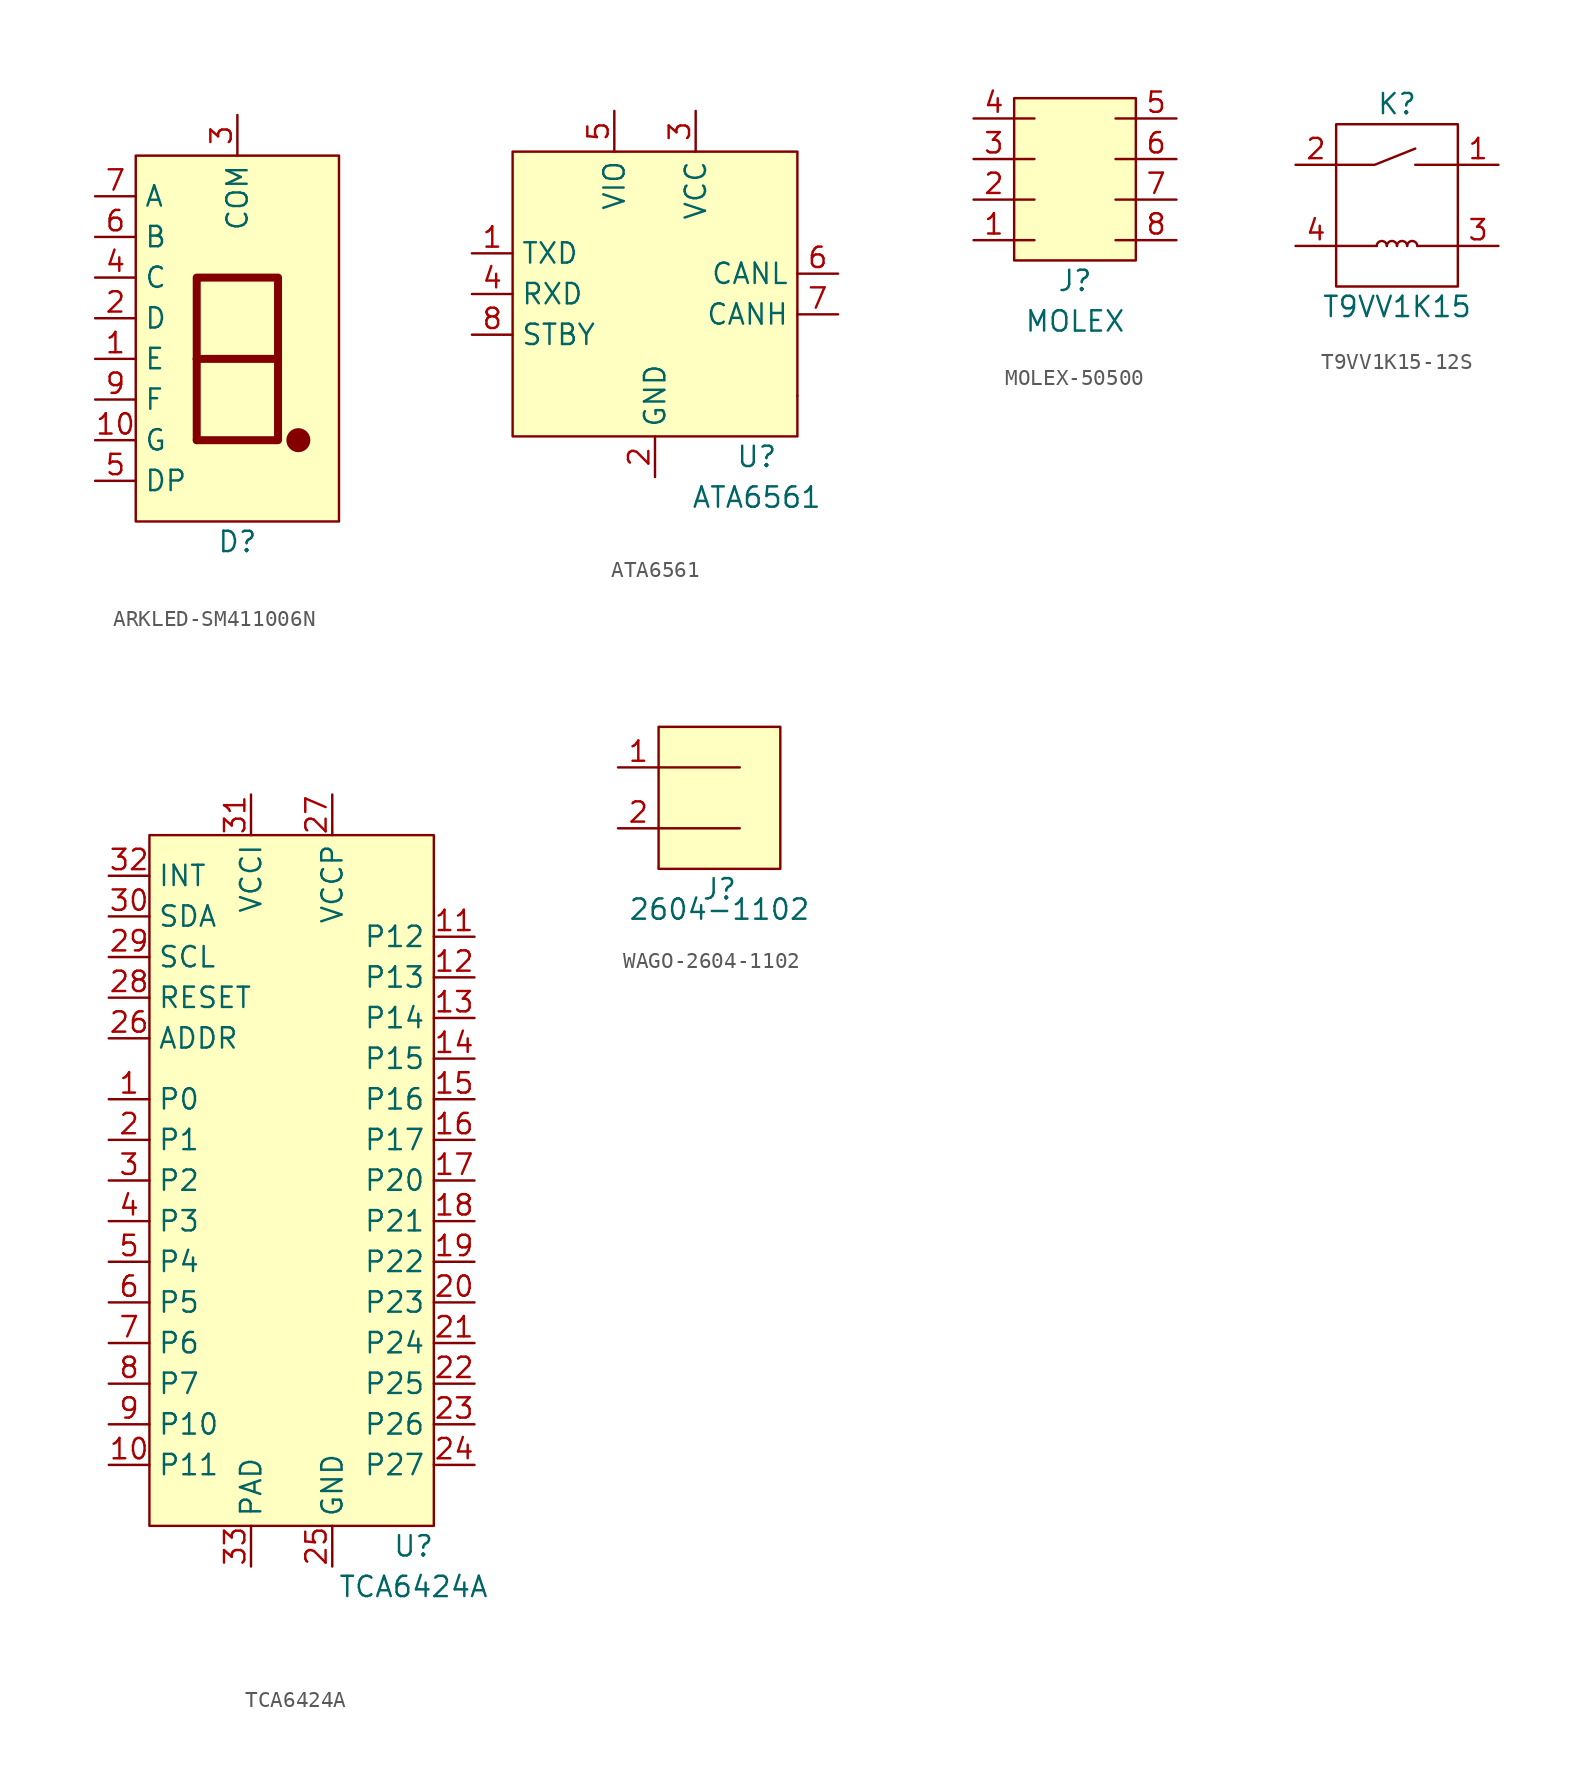
<source format=kicad_sym>
(kicad_symbol_lib
  (version 20220914)
  (generator kicad_symbol_editor)
  (symbol "ARKLED-SM411006N"
    (property "Reference" "D"
      (at 0 0 0)
      (effects (font (size 1.27 1.27))))
    (property "Value" ""
      (at 0 0 0)
      (effects (font (size 1.27 1.27))))
    (symbol "ARKLED-SM411006N_1_1"
      (rectangle (start -6.35 24.13) (end 6.35 1.27) (stroke (width 0) (type default)) (fill (type background)))
      (polyline (pts (xy -2.54 11.43) (xy -2.54 6.35)) (stroke (width 0.5) (type default)) (fill (type none)))
      (polyline (pts (xy -2.54 11.43) (xy 2.54 11.43)) (stroke (width 0.5) (type default)) (fill (type none)))
      (polyline (pts (xy -2.54 6.35) (xy 2.54 6.35) (xy 2.54 11.43)) (stroke (width 0.5) (type default)) (fill (type none)))
      (polyline (pts (xy -2.54 11.43) (xy -2.54 16.51) (xy 2.54 16.51) (xy 2.54 11.43)) (stroke (width 0.5) (type default)) (fill (type none)))
      (circle (center 3.81 6.35) (radius 0.0001) (stroke (width 0.75) (type default)) (fill (type none)))
      (pin input line (at -8.89 11.43 0) (length 2.54) (name "E" (effects (font (size 1.27 1.27)))) (number "1" (effects (font (size 1.27 1.27)))))
      (pin input line (at -8.89 6.35 0) (length 2.54) (name "G" (effects (font (size 1.27 1.27)))) (number "10" (effects (font (size 1.27 1.27)))))
      (pin input line (at -8.89 13.97 0) (length 2.54) (name "D" (effects (font (size 1.27 1.27)))) (number "2" (effects (font (size 1.27 1.27)))))
      (pin power_in line (at 0 26.67 270) (length 2.54) (name "COM" (effects (font (size 1.27 1.27)))) (number "3" (effects (font (size 1.27 1.27)))))
      (pin input line (at -8.89 16.51 0) (length 2.54) (name "C" (effects (font (size 1.27 1.27)))) (number "4" (effects (font (size 1.27 1.27)))))
      (pin input line (at -8.89 3.81 0) (length 2.54) (name "DP" (effects (font (size 1.27 1.27)))) (number "5" (effects (font (size 1.27 1.27)))))
      (pin input line (at -8.89 19.05 0) (length 2.54) (name "B" (effects (font (size 1.27 1.27)))) (number "6" (effects (font (size 1.27 1.27)))))
      (pin input line (at -8.89 21.59 0) (length 2.54) (name "A" (effects (font (size 1.27 1.27)))) (number "7" (effects (font (size 1.27 1.27)))))
      (pin input line (at -8.89 8.89 0) (length 2.54) (name "F" (effects (font (size 1.27 1.27)))) (number "9" (effects (font (size 1.27 1.27)))))))
  (symbol "ATA6561"
    (property "Reference" "U"
      (at 6.35 3.81 0)
      (effects (font (size 1.27 1.27))))
    (property "Value" "ATA6561"
      (at 6.35 1.27 0)
      (effects (font (size 1.27 1.27))))
    (symbol "ATA6561_0_1"
      (rectangle (start 8.89 7.62) (end 8.89 7.62) (stroke (width 0) (type default)) (fill (type none))))
    (symbol "ATA6561_1_1"
      (rectangle (start -8.89 22.86) (end 8.89 5.08) (stroke (width 0) (type default)) (fill (type background)))
      (pin input line (at -11.43 16.51 0) (length 2.54) (name "TXD" (effects (font (size 1.27 1.27)))) (number "1" (effects (font (size 1.27 1.27)))))
      (pin power_in line (at 0 2.54 90) (length 2.54) (name "GND" (effects (font (size 1.27 1.27)))) (number "2" (effects (font (size 1.27 1.27)))))
      (pin power_in line (at 2.54 25.4 270) (length 2.54) (name "VCC" (effects (font (size 1.27 1.27)))) (number "3" (effects (font (size 1.27 1.27)))))
      (pin output line (at -11.43 13.97 0) (length 2.54) (name "RXD" (effects (font (size 1.27 1.27)))) (number "4" (effects (font (size 1.27 1.27)))))
      (pin power_in line (at -2.54 25.4 270) (length 2.54) (name "VIO" (effects (font (size 1.27 1.27)))) (number "5" (effects (font (size 1.27 1.27)))))
      (pin output line (at 11.43 15.24 180) (length 2.54) (name "CANL" (effects (font (size 1.27 1.27)))) (number "6" (effects (font (size 1.27 1.27)))))
      (pin output line (at 11.43 12.7 180) (length 2.54) (name "CANH" (effects (font (size 1.27 1.27)))) (number "7" (effects (font (size 1.27 1.27)))))
      (pin input line (at -11.43 11.43 0) (length 2.54) (name "STBY" (effects (font (size 1.27 1.27)))) (number "8" (effects (font (size 1.27 1.27)))))))
  (symbol "MOLEX-50500"
    (property "Reference" "J"
      (at 0 0 0)
      (effects (font (size 1.27 1.27))))
    (property "Value" "MOLEX"
      (at 0 -2.54 0)
      (effects (font (size 1.27 1.27))))
    (symbol "MOLEX-50500_0_1"
      (polyline (pts (xy -3.81 2.54) (xy -2.54 2.54)) (stroke (width 0) (type default)) (fill (type none)))
      (polyline (pts (xy -3.81 5.08) (xy -2.54 5.08)) (stroke (width 0) (type default)) (fill (type none)))
      (polyline (pts (xy -3.81 7.62) (xy -2.54 7.62)) (stroke (width 0) (type default)) (fill (type none)))
      (polyline (pts (xy -3.81 10.16) (xy -2.54 10.16)) (stroke (width 0) (type default)) (fill (type none)))
      (polyline (pts (xy 3.81 2.54) (xy 2.54 2.54)) (stroke (width 0) (type default)) (fill (type none)))
      (polyline (pts (xy 3.81 5.08) (xy 2.54 5.08)) (stroke (width 0) (type default)) (fill (type none)))
      (polyline (pts (xy 3.81 7.62) (xy 2.54 7.62)) (stroke (width 0) (type default)) (fill (type none)))
      (polyline (pts (xy 3.81 10.16) (xy 2.54 10.16)) (stroke (width 0) (type default)) (fill (type none))))
    (symbol "MOLEX-50500_1_1"
      (rectangle (start -3.81 11.43) (end 3.81 1.27) (stroke (width 0) (type default)) (fill (type background)))
      (pin input line (at -6.35 2.54 0) (length 2.54) (name "" (effects (font (size 1.27 1.27)))) (number "1" (effects (font (size 1.27 1.27)))))
      (pin input line (at -6.35 5.08 0) (length 2.54) (name "" (effects (font (size 1.27 1.27)))) (number "2" (effects (font (size 1.27 1.27)))))
      (pin input line (at -6.35 7.62 0) (length 2.54) (name "" (effects (font (size 1.27 1.27)))) (number "3" (effects (font (size 1.27 1.27)))))
      (pin input line (at -6.35 10.16 0) (length 2.54) (name "" (effects (font (size 1.27 1.27)))) (number "4" (effects (font (size 1.27 1.27)))))
      (pin input line (at 6.35 10.16 180) (length 2.54) (name "" (effects (font (size 1.27 1.27)))) (number "5" (effects (font (size 1.27 1.27)))))
      (pin input line (at 6.35 7.62 180) (length 2.54) (name "" (effects (font (size 1.27 1.27)))) (number "6" (effects (font (size 1.27 1.27)))))
      (pin input line (at 6.35 5.08 180) (length 2.54) (name "" (effects (font (size 1.27 1.27)))) (number "7" (effects (font (size 1.27 1.27)))))
      (pin input line (at 6.35 2.54 180) (length 2.54) (name "" (effects (font (size 1.27 1.27)))) (number "8" (effects (font (size 1.27 1.27)))))))
  (symbol "T9VV1K15-12S"
    (property "Reference" "K"
      (at 0 12.7 0)
      (effects (font (size 1.27 1.27))))
    (property "Value" "T9VV1K15"
      (at 0 0 0)
      (effects (font (size 1.27 1.27))))
    (symbol "T9VV1K15-12S_0_1"
      (rectangle (start -3.81 11.43) (end 3.81 1.27) (stroke (width 0) (type default)) (fill (type none)))
      (arc (start -0.635 3.81) (mid -0.9525 4.1196) (end -1.27 3.81) (stroke (width 0) (type default)) (fill (type none)))
      (polyline (pts (xy -3.81 3.81) (xy -1.27 3.81)) (stroke (width 0) (type default)) (fill (type none)))
      (polyline (pts (xy 1.143 8.89) (xy 3.81 8.89)) (stroke (width 0) (type default)) (fill (type none)))
      (polyline (pts (xy 1.27 3.81) (xy 3.81 3.81)) (stroke (width 0) (type default)) (fill (type none)))
      (polyline (pts (xy -3.81 8.89) (xy -1.397 8.89) (xy 1.143 9.906)) (stroke (width 0) (type default)) (fill (type none)))
      (arc (start 0 3.81) (mid -0.3175 4.1196) (end -0.635 3.81) (stroke (width 0) (type default)) (fill (type none)))
      (arc (start 0.635 3.81) (mid 0.3175 4.1196) (end 0 3.81) (stroke (width 0) (type default)) (fill (type none)))
      (arc (start 1.27 3.81) (mid 0.9525 4.1196) (end 0.635 3.81) (stroke (width 0) (type default)) (fill (type none))))
    (symbol "T9VV1K15-12S_1_1"
      (pin output line (at 6.35 8.89 180) (length 2.54) (name "" (effects (font (size 1.27 1.27)))) (number "1" (effects (font (size 1.27 1.27)))))
      (pin output line (at -6.35 8.89 0) (length 2.54) (name "" (effects (font (size 1.27 1.27)))) (number "2" (effects (font (size 1.27 1.27)))))
      (pin input line (at 6.35 3.81 180) (length 2.54) (name "" (effects (font (size 1.27 1.27)))) (number "3" (effects (font (size 1.27 1.27)))))
      (pin input line (at -6.35 3.81 0) (length 2.54) (name "" (effects (font (size 1.27 1.27)))) (number "4" (effects (font (size 1.27 1.27)))))))
  (symbol "TCA6424A"
    (property "Reference" "U"
      (at 7.62 -20.32 0)
      (effects (font (size 1.27 1.27))))
    (property "Value" "TCA6424A"
      (at 7.62 -22.86 0)
      (effects (font (size 1.27 1.27))))
    (symbol "TCA6424A_1_1"
      (rectangle (start -8.89 24.13) (end 8.89 -19.05) (stroke (width 0) (type default)) (fill (type background)))
      (pin bidirectional line (at -11.43 7.62 0) (length 2.54) (name "P0" (effects (font (size 1.27 1.27)))) (number "1" (effects (font (size 1.27 1.27)))))
      (pin bidirectional line (at -11.43 -15.24 0) (length 2.54) (name "P11" (effects (font (size 1.27 1.27)))) (number "10" (effects (font (size 1.27 1.27)))))
      (pin bidirectional line (at 11.43 17.78 180) (length 2.54) (name "P12" (effects (font (size 1.27 1.27)))) (number "11" (effects (font (size 1.27 1.27)))))
      (pin bidirectional line (at 11.43 15.24 180) (length 2.54) (name "P13" (effects (font (size 1.27 1.27)))) (number "12" (effects (font (size 1.27 1.27)))))
      (pin bidirectional line (at 11.43 12.7 180) (length 2.54) (name "P14" (effects (font (size 1.27 1.27)))) (number "13" (effects (font (size 1.27 1.27)))))
      (pin bidirectional line (at 11.43 10.16 180) (length 2.54) (name "P15" (effects (font (size 1.27 1.27)))) (number "14" (effects (font (size 1.27 1.27)))))
      (pin bidirectional line (at 11.43 7.62 180) (length 2.54) (name "P16" (effects (font (size 1.27 1.27)))) (number "15" (effects (font (size 1.27 1.27)))))
      (pin bidirectional line (at 11.43 5.08 180) (length 2.54) (name "P17" (effects (font (size 1.27 1.27)))) (number "16" (effects (font (size 1.27 1.27)))))
      (pin bidirectional line (at 11.43 2.54 180) (length 2.54) (name "P20" (effects (font (size 1.27 1.27)))) (number "17" (effects (font (size 1.27 1.27)))))
      (pin bidirectional line (at 11.43 0 180) (length 2.54) (name "P21" (effects (font (size 1.27 1.27)))) (number "18" (effects (font (size 1.27 1.27)))))
      (pin bidirectional line (at 11.43 -2.54 180) (length 2.54) (name "P22" (effects (font (size 1.27 1.27)))) (number "19" (effects (font (size 1.27 1.27)))))
      (pin bidirectional line (at -11.43 5.08 0) (length 2.54) (name "P1" (effects (font (size 1.27 1.27)))) (number "2" (effects (font (size 1.27 1.27)))))
      (pin bidirectional line (at 11.43 -5.08 180) (length 2.54) (name "P23" (effects (font (size 1.27 1.27)))) (number "20" (effects (font (size 1.27 1.27)))))
      (pin bidirectional line (at 11.43 -7.62 180) (length 2.54) (name "P24" (effects (font (size 1.27 1.27)))) (number "21" (effects (font (size 1.27 1.27)))))
      (pin bidirectional line (at 11.43 -10.16 180) (length 2.54) (name "P25" (effects (font (size 1.27 1.27)))) (number "22" (effects (font (size 1.27 1.27)))))
      (pin bidirectional line (at 11.43 -12.7 180) (length 2.54) (name "P26" (effects (font (size 1.27 1.27)))) (number "23" (effects (font (size 1.27 1.27)))))
      (pin bidirectional line (at 11.43 -15.24 180) (length 2.54) (name "P27" (effects (font (size 1.27 1.27)))) (number "24" (effects (font (size 1.27 1.27)))))
      (pin power_in line (at 2.54 -21.59 90) (length 2.54) (name "GND" (effects (font (size 1.27 1.27)))) (number "25" (effects (font (size 1.27 1.27)))))
      (pin input line (at -11.43 11.43 0) (length 2.54) (name "ADDR" (effects (font (size 1.27 1.27)))) (number "26" (effects (font (size 1.27 1.27)))))
      (pin power_in line (at 2.54 26.67 270) (length 2.54) (name "VCCP" (effects (font (size 1.27 1.27)))) (number "27" (effects (font (size 1.27 1.27)))))
      (pin input line (at -11.43 13.97 0) (length 2.54) (name "RESET" (effects (font (size 1.27 1.27)))) (number "28" (effects (font (size 1.27 1.27)))))
      (pin input line (at -11.43 16.51 0) (length 2.54) (name "SCL" (effects (font (size 1.27 1.27)))) (number "29" (effects (font (size 1.27 1.27)))))
      (pin bidirectional line (at -11.43 2.54 0) (length 2.54) (name "P2" (effects (font (size 1.27 1.27)))) (number "3" (effects (font (size 1.27 1.27)))))
      (pin bidirectional line (at -11.43 19.05 0) (length 2.54) (name "SDA" (effects (font (size 1.27 1.27)))) (number "30" (effects (font (size 1.27 1.27)))))
      (pin power_in line (at -2.54 26.67 270) (length 2.54) (name "VCCI" (effects (font (size 1.27 1.27)))) (number "31" (effects (font (size 1.27 1.27)))))
      (pin output line (at -11.43 21.59 0) (length 2.54) (name "INT" (effects (font (size 1.27 1.27)))) (number "32" (effects (font (size 1.27 1.27)))))
      (pin power_in line (at -2.54 -21.59 90) (length 2.54) (name "PAD" (effects (font (size 1.27 1.27)))) (number "33" (effects (font (size 1.27 1.27)))))
      (pin bidirectional line (at -11.43 0 0) (length 2.54) (name "P3" (effects (font (size 1.27 1.27)))) (number "4" (effects (font (size 1.27 1.27)))))
      (pin bidirectional line (at -11.43 -2.54 0) (length 2.54) (name "P4" (effects (font (size 1.27 1.27)))) (number "5" (effects (font (size 1.27 1.27)))))
      (pin bidirectional line (at -11.43 -5.08 0) (length 2.54) (name "P5" (effects (font (size 1.27 1.27)))) (number "6" (effects (font (size 1.27 1.27)))))
      (pin bidirectional line (at -11.43 -7.62 0) (length 2.54) (name "P6" (effects (font (size 1.27 1.27)))) (number "7" (effects (font (size 1.27 1.27)))))
      (pin bidirectional line (at -11.43 -10.16 0) (length 2.54) (name "P7" (effects (font (size 1.27 1.27)))) (number "8" (effects (font (size 1.27 1.27)))))
      (pin bidirectional line (at -11.43 -12.7 0) (length 2.54) (name "P10" (effects (font (size 1.27 1.27)))) (number "9" (effects (font (size 1.27 1.27)))))))
  (symbol "WAGO-2604-1102"
    (property "Reference" "J"
      (at 0 0 0)
      (effects (font (size 1.27 1.27))))
    (property "Value" "2604-1102"
      (at 0 -1.27 0)
      (effects (font (size 1.27 1.27))))
    (symbol "WAGO-2604-1102_0_1"
      (polyline (pts (xy -3.81 7.62) (xy 1.27 7.62)) (stroke (width 0) (type default)) (fill (type none))))
    (symbol "WAGO-2604-1102_1_1"
      (rectangle (start -3.81 10.16) (end 3.81 1.27) (stroke (width 0) (type default)) (fill (type background)))
      (polyline (pts (xy -3.81 3.81) (xy 1.27 3.81)) (stroke (width 0) (type solid)) (fill (type none)))
      (pin output line (at -6.35 7.62 0) (length 2.54) (name "" (effects (font (size 1.27 1.27)))) (number "1" (effects (font (size 1.27 1.27)))))
      (pin output line (at -6.35 3.81 0) (length 2.54) (name "" (effects (font (size 1.27 1.27)))) (number "2" (effects (font (size 1.27 1.27))))))))
</source>
